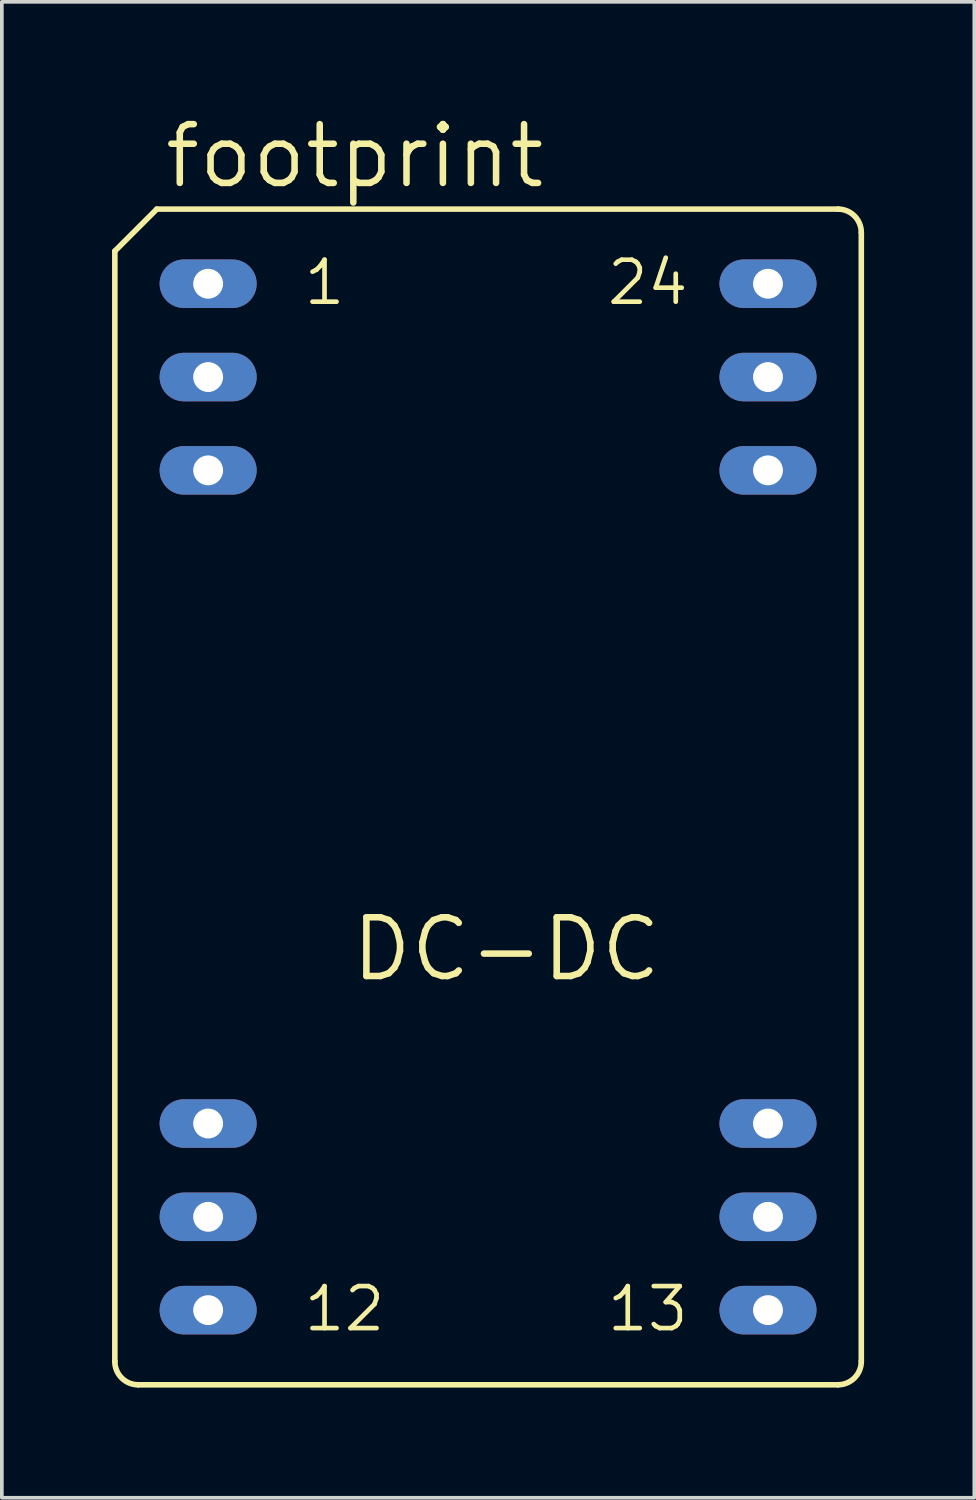
<source format=kicad_pcb>
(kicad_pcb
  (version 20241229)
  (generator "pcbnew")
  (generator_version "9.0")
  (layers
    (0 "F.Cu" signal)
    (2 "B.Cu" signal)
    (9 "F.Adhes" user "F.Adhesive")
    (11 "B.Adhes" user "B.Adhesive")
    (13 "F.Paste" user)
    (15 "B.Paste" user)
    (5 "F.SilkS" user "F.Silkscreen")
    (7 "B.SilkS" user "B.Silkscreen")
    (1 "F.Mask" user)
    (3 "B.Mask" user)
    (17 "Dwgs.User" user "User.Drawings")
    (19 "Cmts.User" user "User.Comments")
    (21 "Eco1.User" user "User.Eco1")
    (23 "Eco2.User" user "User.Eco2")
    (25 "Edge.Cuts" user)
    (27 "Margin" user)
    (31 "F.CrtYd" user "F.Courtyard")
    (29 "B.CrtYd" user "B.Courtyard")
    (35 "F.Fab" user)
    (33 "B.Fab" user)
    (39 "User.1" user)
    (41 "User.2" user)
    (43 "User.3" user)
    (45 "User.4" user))
  (footprint "footprint"
    (layer "F.Cu")
    (at 10.236 18.644)
    (property "Reference" "footprint" (at -8.89 -16.51 0) (layer "F.SilkS") (effects (font (size 1.6 1.6) (thickness 0.178)) (justify left bottom)))
    (fp_line (start -10.16 -14.859) (end -9.017 -16.002) (stroke (width 0.152) (type solid)) (layer "F.SilkS"))
    (fp_line (start -10.16 15.367) (end -10.16 -14.859) (stroke (width 0.152) (type solid)) (layer "F.SilkS"))
    (fp_line (start -9.525 16.002) (end 9.525 16.002) (stroke (width 0.152) (type solid)) (layer "F.SilkS"))
    (fp_line (start -9.017 -16.002) (end 9.525 -16.002) (stroke (width 0.152) (type solid)) (layer "F.SilkS"))
    (fp_line (start 10.16 -15.367) (end 10.16 15.367) (stroke (width 0.152) (type solid)) (layer "F.SilkS"))
    (fp_arc (start -9.525 16.002) (mid -9.974013 15.816013) (end -10.16 15.367) (stroke (width 0.1524) (type solid)) (layer "F.SilkS"))
    (fp_arc (start 9.525 -16.002) (mid 9.974013 -15.816013) (end 10.16 -15.367) (stroke (width 0.1524) (type solid)) (layer "F.SilkS"))
    (fp_arc (start 10.16 15.367) (mid 9.974013 15.816013) (end 9.525 16.002) (stroke (width 0.1524) (type solid)) (layer "F.SilkS"))
    (fp_text user "12" (at -5.08 14.605 0) (layer "F.SilkS") (effects (font (size 1.143 1.143) (thickness 0.127)) (justify left bottom)))
    (fp_text user "DC-DC" (at -3.81 5.08 0) (layer "F.SilkS") (effects (font (size 1.6 1.6) (thickness 0.178)) (justify left bottom)))
    (fp_text user "13" (at 3.175 14.605 0) (layer "F.SilkS") (effects (font (size 1.143 1.143) (thickness 0.127)) (justify left bottom)))
    (fp_text user "1" (at -5.08 -13.335 0) (layer "F.SilkS") (effects (font (size 1.143 1.143) (thickness 0.127)) (justify left bottom)))
    (fp_text user "24" (at 3.175 -13.335 0) (layer "F.SilkS") (effects (font (size 1.143 1.143) (thickness 0.127)) (justify left bottom)))
    (pad "1" thru_hole oval (at -7.62 -13.97) (size 2.642 1.321) (drill 0.813) (layers "*.Cu" "*.Mask"))
    (pad "2" thru_hole oval (at -7.62 -11.43) (size 2.642 1.321) (drill 0.813) (layers "*.Cu" "*.Mask"))
    (pad "3" thru_hole oval (at -7.62 -8.89) (size 2.642 1.321) (drill 0.813) (layers "*.Cu" "*.Mask"))
    (pad "10" thru_hole oval (at -7.62 8.89) (size 2.642 1.321) (drill 0.813) (layers "*.Cu" "*.Mask"))
    (pad "11" thru_hole oval (at -7.62 11.43) (size 2.642 1.321) (drill 0.813) (layers "*.Cu" "*.Mask"))
    (pad "12" thru_hole oval (at -7.62 13.97) (size 2.642 1.321) (drill 0.813) (layers "*.Cu" "*.Mask"))
    (pad "13" thru_hole oval (at 7.62 13.97) (size 2.642 1.321) (drill 0.813) (layers "*.Cu" "*.Mask"))
    (pad "14" thru_hole oval (at 7.62 11.43) (size 2.642 1.321) (drill 0.813) (layers "*.Cu" "*.Mask"))
    (pad "15" thru_hole oval (at 7.62 8.89) (size 2.642 1.321) (drill 0.813) (layers "*.Cu" "*.Mask"))
    (pad "22" thru_hole oval (at 7.62 -8.89) (size 2.642 1.321) (drill 0.813) (layers "*.Cu" "*.Mask"))
    (pad "23" thru_hole oval (at 7.62 -11.43) (size 2.642 1.321) (drill 0.813) (layers "*.Cu" "*.Mask"))
    (pad "24" thru_hole oval (at 7.62 -13.97) (size 2.642 1.321) (drill 0.813) (layers "*.Cu" "*.Mask")))
  (gr_rect
    (start -3 -3)
    (end 23.472 37.722)
    (stroke (width 0.1) (type default))
    (fill no)
    (layer "Edge.Cuts")))
</source>
